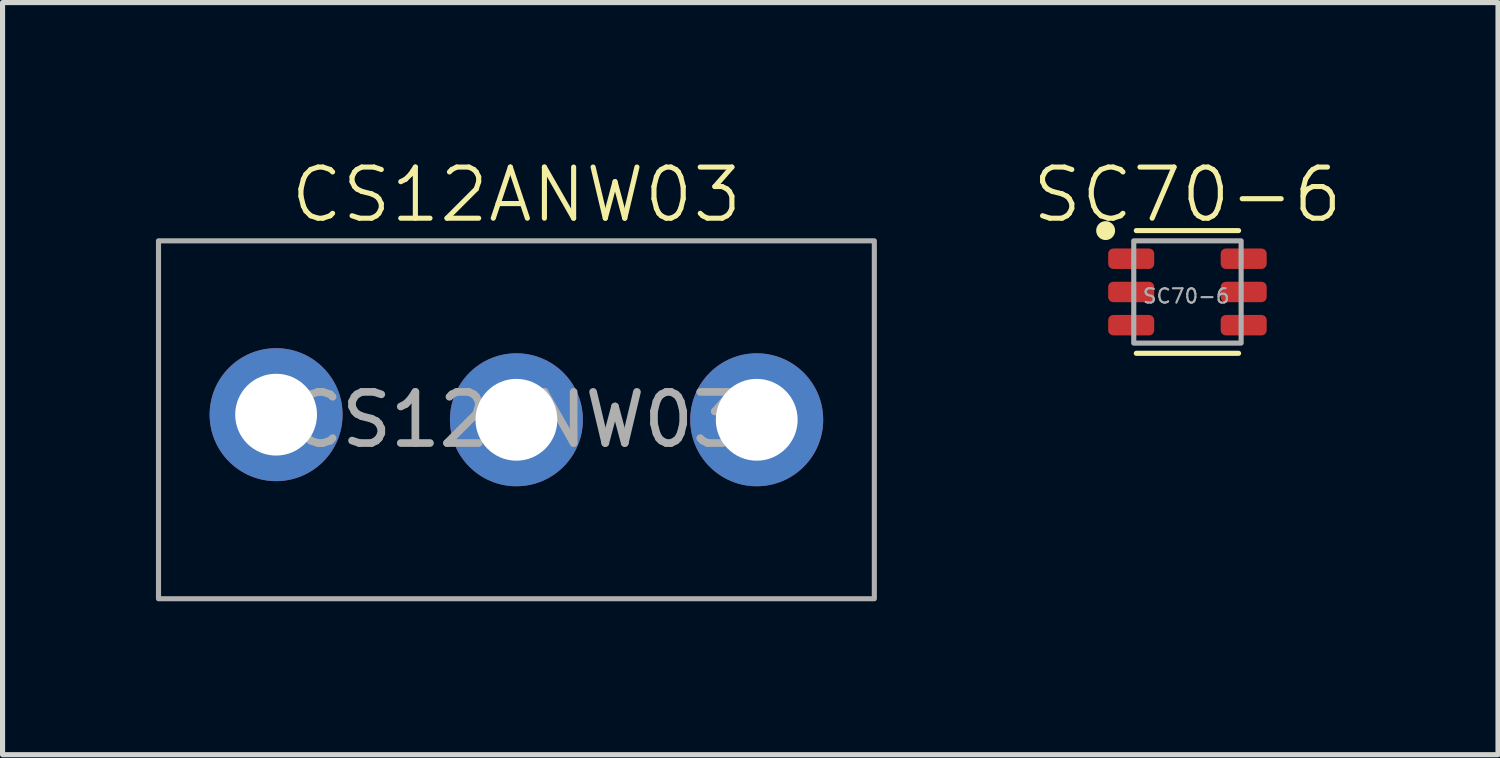
<source format=kicad_pcb>
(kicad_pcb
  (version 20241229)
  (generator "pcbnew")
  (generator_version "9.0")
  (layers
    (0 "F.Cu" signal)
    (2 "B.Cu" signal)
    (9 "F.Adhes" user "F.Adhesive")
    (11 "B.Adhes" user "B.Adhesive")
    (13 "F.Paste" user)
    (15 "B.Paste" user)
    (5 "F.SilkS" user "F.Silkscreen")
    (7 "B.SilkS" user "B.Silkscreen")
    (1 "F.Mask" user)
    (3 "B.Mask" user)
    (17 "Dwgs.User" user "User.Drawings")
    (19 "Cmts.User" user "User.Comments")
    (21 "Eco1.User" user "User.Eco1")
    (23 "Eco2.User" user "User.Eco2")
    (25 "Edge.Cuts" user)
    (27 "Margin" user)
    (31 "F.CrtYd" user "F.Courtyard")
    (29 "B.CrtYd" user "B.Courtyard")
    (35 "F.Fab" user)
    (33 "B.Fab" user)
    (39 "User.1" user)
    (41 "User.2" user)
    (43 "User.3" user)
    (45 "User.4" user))
  (footprint "CS12ANW03"
    (layer "F.Cu")
    (at 7.05 5.16)
    (property "Reference" "CS12ANW03" (at 0 -4.4 0) (unlocked yes) (layer "F.SilkS") (effects (font (size 1 1) (thickness 0.1))))
    (attr smd)
    (fp_rect (start -7 -3.5) (end 7 3.5) (stroke (width 0.1) (type solid)) (fill no) (layer "F.Fab"))
    (fp_text user "${REFERENCE}" (at 0 0 0) (unlocked yes) (layer "F.Fab") (effects (font (size 1 1) (thickness 0.15))))
    (pad "1" thru_hole circle (at -4.7 -0.1 180) (size 2.6 2.6) (drill 1.6) (property pad_prop_castellated) (layers "*.Cu" "*.Mask"))
    (pad "2" thru_hole circle (at 0 0 180) (size 2.6 2.6) (drill 1.6) (property pad_prop_castellated) (layers "*.Cu" "*.Mask"))
    (pad "3" thru_hole circle (at 4.7 0 180) (size 2.6 2.6) (drill 1.6) (property pad_prop_castellated) (layers "*.Cu" "*.Mask")))
  (footprint "SC70-6"
    (layer "F.Cu")
    (at 20.174 2.66)
    (property "Reference" "SC70-6" (at 0 -1.9 0) (unlocked yes) (layer "F.SilkS") (effects (font (size 1 1) (thickness 0.1))))
    (attr smd)
    (fp_line (start -1 -1.2) (end 1 -1.2) (stroke (width 0.1) (type default)) (layer "F.SilkS"))
    (fp_line (start -1 1.2) (end 1 1.2) (stroke (width 0.1) (type default)) (layer "F.SilkS"))
    (fp_circle (center -1.6 -1.2) (end -1.44 -1.2) (stroke (width 0.05) (type solid)) (fill yes) (layer "F.SilkS"))
    (fp_rect (start -1.05 -1) (end 1.05 1) (stroke (width 0.1) (type solid)) (fill no) (layer "F.Fab"))
    (fp_text user "${REFERENCE}" (at -0.024 0.081 0) (unlocked yes) (layer "F.Fab") (effects (font (size 0.28 0.28) (thickness 0.042))))
    (pad "1" smd roundrect (at -1.1 -0.65) (size 0.9 0.4) (layers "F.Cu" "F.Mask" "F.Paste") (roundrect_rratio 0.25))
    (pad "2" smd roundrect (at -1.1 0) (size 0.9 0.4) (layers "F.Cu" "F.Mask" "F.Paste") (roundrect_rratio 0.25))
    (pad "3" smd roundrect (at -1.1 0.65) (size 0.9 0.4) (layers "F.Cu" "F.Mask" "F.Paste") (roundrect_rratio 0.25))
    (pad "4" smd roundrect (at 1.1 0.65) (size 0.9 0.4) (layers "F.Cu" "F.Mask" "F.Paste") (roundrect_rratio 0.25))
    (pad "5" smd roundrect (at 1.1 0) (size 0.9 0.4) (layers "F.Cu" "F.Mask" "F.Paste") (roundrect_rratio 0.25))
    (pad "6" smd roundrect (at 1.1 -0.65) (size 0.9 0.4) (layers "F.Cu" "F.Mask" "F.Paste") (roundrect_rratio 0.25)))
  (gr_rect
    (start -3 -3)
    (end 26.248 11.71)
    (stroke (width 0.1) (type default))
    (fill no)
    (layer "Edge.Cuts")))
</source>
